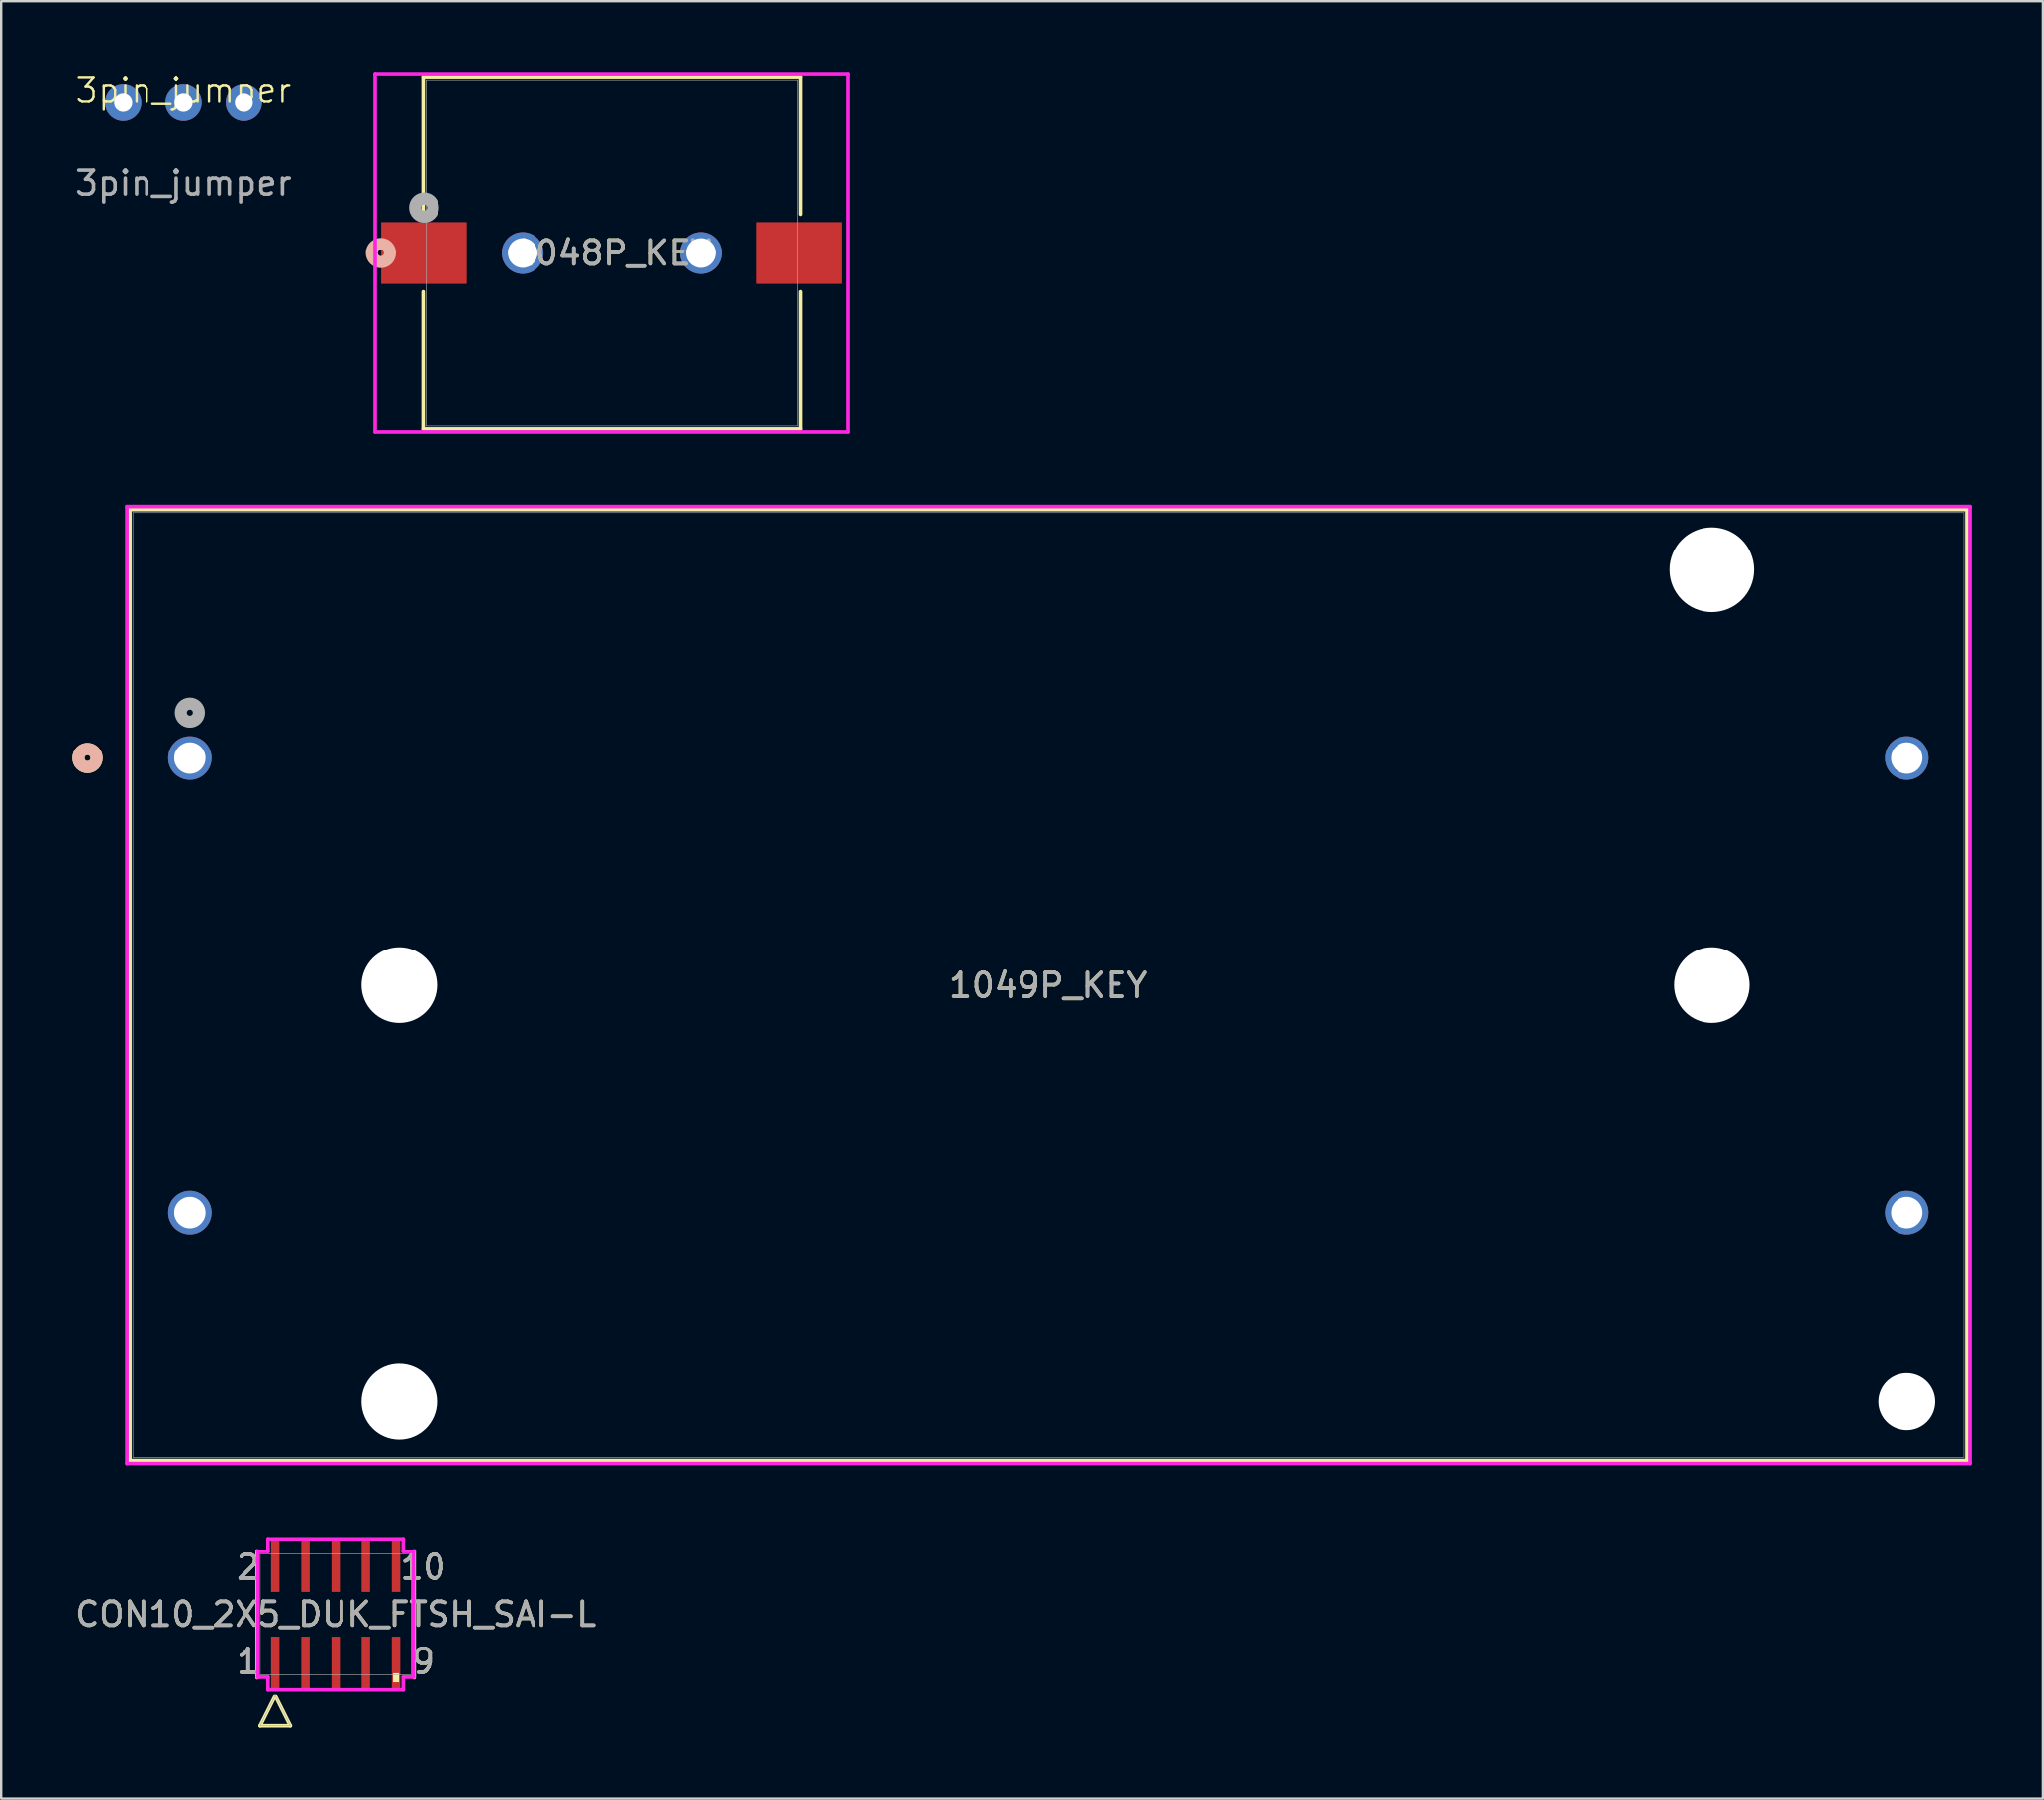
<source format=kicad_pcb>
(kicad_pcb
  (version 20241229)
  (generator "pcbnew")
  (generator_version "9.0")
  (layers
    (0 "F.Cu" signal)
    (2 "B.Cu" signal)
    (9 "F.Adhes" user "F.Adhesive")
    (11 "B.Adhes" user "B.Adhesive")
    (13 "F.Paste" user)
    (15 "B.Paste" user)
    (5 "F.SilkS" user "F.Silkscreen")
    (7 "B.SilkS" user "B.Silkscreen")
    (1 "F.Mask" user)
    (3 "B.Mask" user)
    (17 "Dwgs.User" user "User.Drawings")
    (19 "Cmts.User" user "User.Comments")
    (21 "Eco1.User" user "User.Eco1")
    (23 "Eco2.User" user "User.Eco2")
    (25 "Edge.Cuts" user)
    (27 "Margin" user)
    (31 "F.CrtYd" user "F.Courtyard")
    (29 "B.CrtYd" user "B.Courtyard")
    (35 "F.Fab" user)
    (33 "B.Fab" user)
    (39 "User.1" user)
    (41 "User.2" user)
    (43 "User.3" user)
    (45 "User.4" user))
  (footprint "1048P_KEY"
    (layer "F.Cu")
    (at 22.696 7.595)
    (property "Reference" "1048P_KEY" (at 0 0 0) (unlocked yes) (layer "F.SilkS") (effects (font (size 1 1) (thickness 0.15))))
    (fp_line (start -7.938 -7.391) (end -7.938 -1.628) (stroke (width 0.152) (type solid)) (layer "F.SilkS"))
    (fp_line (start -7.938 1.628) (end -7.938 7.391) (stroke (width 0.152) (type solid)) (layer "F.SilkS"))
    (fp_line (start -7.938 7.391) (end 7.938 7.391) (stroke (width 0.152) (type solid)) (layer "F.SilkS"))
    (fp_line (start 7.938 -7.391) (end -7.938 -7.391) (stroke (width 0.152) (type solid)) (layer "F.SilkS"))
    (fp_line (start 7.938 -1.628) (end 7.938 -7.391) (stroke (width 0.152) (type solid)) (layer "F.SilkS"))
    (fp_line (start 7.938 7.391) (end 7.938 1.628) (stroke (width 0.152) (type solid)) (layer "F.SilkS"))
    (fp_circle (center -9.716 0) (end -9.335 0) (stroke (width 0.508) (type solid)) (fill no) (layer "B.SilkS"))
    (fp_line (start -9.957 -7.518) (end -9.957 7.518) (stroke (width 0.152) (type solid)) (layer "F.CrtYd"))
    (fp_line (start -9.957 7.518) (end 9.957 7.518) (stroke (width 0.152) (type solid)) (layer "F.CrtYd"))
    (fp_line (start 9.957 -7.518) (end -9.957 -7.518) (stroke (width 0.152) (type solid)) (layer "F.CrtYd"))
    (fp_line (start 9.957 7.518) (end 9.957 -7.518) (stroke (width 0.152) (type solid)) (layer "F.CrtYd"))
    (fp_line (start -7.811 -7.264) (end -7.811 7.264) (stroke (width 0.025) (type solid)) (layer "F.Fab"))
    (fp_line (start -7.811 7.264) (end 7.811 7.264) (stroke (width 0.025) (type solid)) (layer "F.Fab"))
    (fp_line (start 7.811 -7.264) (end -7.811 -7.264) (stroke (width 0.025) (type solid)) (layer "F.Fab"))
    (fp_line (start 7.811 7.264) (end 7.811 -7.264) (stroke (width 0.025) (type solid)) (layer "F.Fab"))
    (fp_circle (center -7.899 -1.905) (end -7.518 -1.905) (stroke (width 0.508) (type solid)) (fill no) (layer "F.Fab"))
    (fp_text user "${REFERENCE}" (at 0 0 0) (unlocked yes) (layer "F.Fab") (effects (font (size 1 1) (thickness 0.15))))
    (pad "1" smd rect (at -7.899 0) (size 3.607 2.591) (layers "F.Cu" "F.Mask" "F.Paste"))
    (pad "2" smd rect (at 7.899 0) (size 3.607 2.591) (layers "F.Cu" "F.Mask" "F.Paste"))
    (pad "3" thru_hole circle (at -3.747 0 90) (size 1.753 1.753) (drill 1.245) (layers "*.Cu" "*.Mask"))
    (pad "4" thru_hole circle (at 3.747 0 90) (size 1.753 1.753) (drill 1.245) (layers "*.Cu" "*.Mask")))
  (footprint "3pin_jumper"
    (layer "F.Cu")
    (at 4.673 1.26)
    (property "Reference" "3pin_jumper" (at 0 -0.5 0) (unlocked yes) (layer "F.SilkS") (effects (font (size 1 1) (thickness 0.1))))
    (attr through_hole)
    (fp_text user "${REFERENCE}" (at 0 3.405 0) (unlocked yes) (layer "F.Fab") (effects (font (size 1 1) (thickness 0.15))))
    (pad "1" thru_hole circle (at -2.54 0) (size 1.524 1.524) (drill 0.762) (layers "*.Cu" "*.Mask"))
    (pad "2" thru_hole circle (at 0 0) (size 1.524 1.524) (drill 0.762) (layers "*.Cu" "*.Mask"))
    (pad "3" thru_hole circle (at 2.54 0) (size 1.524 1.524) (drill 0.762) (layers "*.Cu" "*.Mask")))
  (footprint "CON10_2X5_DUK_FTSH_SAI-L"
    (layer "F.Cu")
    (at 11.077 64.877)
    (property "Reference" "CON10_2X5_DUK_FTSH_SAI-L" (at 0 0 0) (unlocked yes) (layer "F.SilkS") (effects (font (size 1 1) (thickness 0.15))))
    (attr smd)
    (fp_line (start -3.302 -2.667) (end -3.302 2.667) (stroke (width 0.152) (type solid)) (layer "F.SilkS"))
    (fp_line (start -3.175 4.676) (end -2.565 3.457) (stroke (width 0.152) (type solid)) (layer "F.SilkS"))
    (fp_line (start -2.515 3.457) (end -1.905 4.676) (stroke (width 0.152) (type solid)) (layer "F.SilkS"))
    (fp_line (start -1.905 4.676) (end -3.175 4.676) (stroke (width 0.152) (type solid)) (layer "F.SilkS"))
    (fp_line (start 3.302 2.667) (end 3.302 -2.667) (stroke (width 0.152) (type solid)) (layer "F.SilkS"))
    (fp_poly (pts (xy 2.413 2.477) (xy 2.413 2.857) (xy 2.667 2.857) (xy 2.667 2.477)) (stroke (width 0) (type solid)) (fill yes) (layer "F.SilkS"))
    (fp_line (start -3.277 -2.642) (end -2.845 -2.642) (stroke (width 0.152) (type solid)) (layer "F.CrtYd"))
    (fp_line (start -3.277 2.642) (end -3.277 -2.642) (stroke (width 0.152) (type solid)) (layer "F.CrtYd"))
    (fp_line (start -2.845 -2.642) (end -2.845 -3.175) (stroke (width 0.152) (type solid)) (layer "F.CrtYd"))
    (fp_line (start -2.845 2.642) (end -3.277 2.642) (stroke (width 0.152) (type solid)) (layer "F.CrtYd"))
    (fp_line (start -2.845 3.175) (end -2.845 2.642) (stroke (width 0.152) (type solid)) (layer "F.CrtYd"))
    (fp_line (start -2.845 3.175) (end 2.845 3.175) (stroke (width 0.152) (type solid)) (layer "F.CrtYd"))
    (fp_line (start 2.845 -3.175) (end -2.845 -3.175) (stroke (width 0.152) (type solid)) (layer "F.CrtYd"))
    (fp_line (start 2.845 -3.175) (end 2.845 -2.642) (stroke (width 0.152) (type solid)) (layer "F.CrtYd"))
    (fp_line (start 2.845 -2.642) (end 3.277 -2.642) (stroke (width 0.152) (type solid)) (layer "F.CrtYd"))
    (fp_line (start 2.845 2.642) (end 2.845 3.175) (stroke (width 0.152) (type solid)) (layer "F.CrtYd"))
    (fp_line (start 3.277 -2.642) (end 3.277 2.642) (stroke (width 0.152) (type solid)) (layer "F.CrtYd"))
    (fp_line (start 3.277 2.642) (end 2.845 2.642) (stroke (width 0.152) (type solid)) (layer "F.CrtYd"))
    (fp_line (start -3.175 -2.54) (end -3.175 2.54) (stroke (width 0.025) (type solid)) (layer "F.Fab"))
    (fp_line (start -3.175 2.54) (end 3.175 2.54) (stroke (width 0.025) (type solid)) (layer "F.Fab"))
    (fp_line (start -3.175 4.676) (end -2.54 3.406) (stroke (width 0.025) (type solid)) (layer "F.Fab"))
    (fp_line (start -2.54 3.406) (end -1.905 4.676) (stroke (width 0.025) (type solid)) (layer "F.Fab"))
    (fp_line (start -1.905 4.676) (end -3.175 4.676) (stroke (width 0.025) (type solid)) (layer "F.Fab"))
    (fp_line (start 3.175 -2.54) (end -3.175 -2.54) (stroke (width 0.025) (type solid)) (layer "F.Fab"))
    (fp_line (start 3.175 2.54) (end 3.175 -2.54) (stroke (width 0.025) (type solid)) (layer "F.Fab"))
    (fp_text user "9" (at 3.683 1.981 0) (unlocked yes) (layer "F.SilkS") (effects (font (size 1 1) (thickness 0.15))))
    (fp_text user "2" (at -3.683 -1.981 0) (unlocked yes) (layer "F.SilkS") (effects (font (size 1 1) (thickness 0.15))))
    (fp_text user "10" (at 3.683 -1.981 0) (unlocked yes) (layer "F.SilkS") (effects (font (size 1 1) (thickness 0.15))))
    (fp_text user "1" (at -3.683 1.981 0) (unlocked yes) (layer "F.SilkS") (effects (font (size 1 1) (thickness 0.15))))
    (fp_text user "10" (at 3.683 -1.981 0) (unlocked yes) (layer "F.Fab") (effects (font (size 1 1) (thickness 0.15))))
    (fp_text user "1" (at -3.683 1.981 0) (unlocked yes) (layer "F.Fab") (effects (font (size 1 1) (thickness 0.15))))
    (fp_text user "${REFERENCE}" (at 0 0 0) (unlocked yes) (layer "F.Fab") (effects (font (size 1 1) (thickness 0.15))))
    (fp_text user "9" (at 3.683 1.981 0) (unlocked yes) (layer "F.Fab") (effects (font (size 1 1) (thickness 0.15))))
    (fp_text user "2" (at -3.683 -1.981 0) (unlocked yes) (layer "F.Fab") (effects (font (size 1 1) (thickness 0.15))))
    (pad "1" smd rect (at -2.54 2.032) (size 0.356 2.184) (layers "F.Cu" "F.Mask" "F.Paste"))
    (pad "2" smd rect (at -2.54 -2.032) (size 0.356 2.184) (layers "F.Cu" "F.Mask" "F.Paste"))
    (pad "3" smd rect (at -1.27 2.032) (size 0.356 2.184) (layers "F.Cu" "F.Mask" "F.Paste"))
    (pad "4" smd rect (at -1.27 -2.032) (size 0.356 2.184) (layers "F.Cu" "F.Mask" "F.Paste"))
    (pad "5" smd rect (at 0 2.032) (size 0.356 2.184) (layers "F.Cu" "F.Mask" "F.Paste"))
    (pad "6" smd rect (at 0 -2.032) (size 0.356 2.184) (layers "F.Cu" "F.Mask" "F.Paste"))
    (pad "7" smd rect (at 1.27 2.032) (size 0.356 2.184) (layers "F.Cu" "F.Mask" "F.Paste"))
    (pad "8" smd rect (at 1.27 -2.032) (size 0.356 2.184) (layers "F.Cu" "F.Mask" "F.Paste"))
    (pad "9" smd rect (at 2.54 2.032) (size 0.356 2.184) (layers "F.Cu" "F.Mask" "F.Paste"))
    (pad "10" smd rect (at 2.54 -2.032) (size 0.356 2.184) (layers "F.Cu" "F.Mask" "F.Paste")))
  (footprint "1049P_KEY"
    (layer "F.Cu")
    (at 4.94 28.845)
    (property "Reference" "1049P_KEY" (at 36.132 9.563 0) (unlocked yes) (layer "F.SilkS") (effects (font (size 1 1) (thickness 0.15))))
    (attr through_hole)
    (fp_line (start -2.527 -10.452) (end -2.527 29.578) (stroke (width 0.152) (type solid)) (layer "F.SilkS"))
    (fp_line (start -2.527 29.578) (end 74.79 29.578) (stroke (width 0.152) (type solid)) (layer "F.SilkS"))
    (fp_line (start 74.79 -10.452) (end -2.527 -10.452) (stroke (width 0.152) (type solid)) (layer "F.SilkS"))
    (fp_line (start 74.79 29.578) (end 74.79 -10.452) (stroke (width 0.152) (type solid)) (layer "F.SilkS"))
    (fp_circle (center -4.305 0) (end -3.924 0) (stroke (width 0.508) (type solid)) (fill no) (layer "F.SilkS"))
    (fp_circle (center -4.305 0) (end -3.924 0) (stroke (width 0.508) (type solid)) (fill no) (layer "B.SilkS"))
    (fp_line (start -2.654 -10.579) (end -2.654 29.705) (stroke (width 0.152) (type solid)) (layer "F.CrtYd"))
    (fp_line (start -2.654 29.705) (end 74.917 29.705) (stroke (width 0.152) (type solid)) (layer "F.CrtYd"))
    (fp_line (start 74.917 -10.579) (end -2.654 -10.579) (stroke (width 0.152) (type solid)) (layer "F.CrtYd"))
    (fp_line (start 74.917 29.705) (end 74.917 -10.579) (stroke (width 0.152) (type solid)) (layer "F.CrtYd"))
    (fp_line (start -2.4 -10.325) (end -2.4 29.451) (stroke (width 0.025) (type solid)) (layer "F.Fab"))
    (fp_line (start -2.4 29.451) (end 74.663 29.451) (stroke (width 0.025) (type solid)) (layer "F.Fab"))
    (fp_line (start 74.663 -10.325) (end -2.4 -10.325) (stroke (width 0.025) (type solid)) (layer "F.Fab"))
    (fp_line (start 74.663 29.451) (end 74.663 -10.325) (stroke (width 0.025) (type solid)) (layer "F.Fab"))
    (fp_circle (center 0 -1.905) (end 0.381 -1.905) (stroke (width 0.508) (type solid)) (fill no) (layer "F.Fab"))
    (fp_text user "${REFERENCE}" (at 36.132 9.563 0) (unlocked yes) (layer "F.Fab") (effects (font (size 1 1) (thickness 0.15))))
    (pad "" np_thru_hole circle (at 8.814 9.55) (size 3.175 3.175) (drill 3.175) (layers "*.Cu" "*.Mask"))
    (pad "" np_thru_hole circle (at 8.814 27.076) (size 3.175 3.175) (drill 3.175) (layers "*.Cu" "*.Mask"))
    (pad "" np_thru_hole circle (at 64.059 -7.925) (size 3.556 3.556) (drill 3.556) (layers "*.Cu" "*.Mask"))
    (pad "" np_thru_hole circle (at 64.059 9.55) (size 3.175 3.175) (drill 3.175) (layers "*.Cu" "*.Mask"))
    (pad "" np_thru_hole circle (at 72.263 27.076) (size 2.388 2.388) (drill 2.388) (layers "*.Cu" "*.Mask"))
    (pad "1" thru_hole circle (at 0 0) (size 1.829 1.829) (drill 1.321) (layers "*.Cu" "*.Mask"))
    (pad "2" thru_hole circle (at 72.263 0) (size 1.829 1.829) (drill 1.321) (layers "*.Cu" "*.Mask"))
    (pad "3" thru_hole circle (at 0 19.126) (size 1.829 1.829) (drill 1.321) (layers "*.Cu" "*.Mask"))
    (pad "4" thru_hole circle (at 72.263 19.126) (size 1.829 1.829) (drill 1.321) (layers "*.Cu" "*.Mask")))
  (gr_rect
    (start -3 -3)
    (end 82.934 72.63)
    (stroke (width 0.1) (type default))
    (fill no)
    (layer "Edge.Cuts")))
</source>
